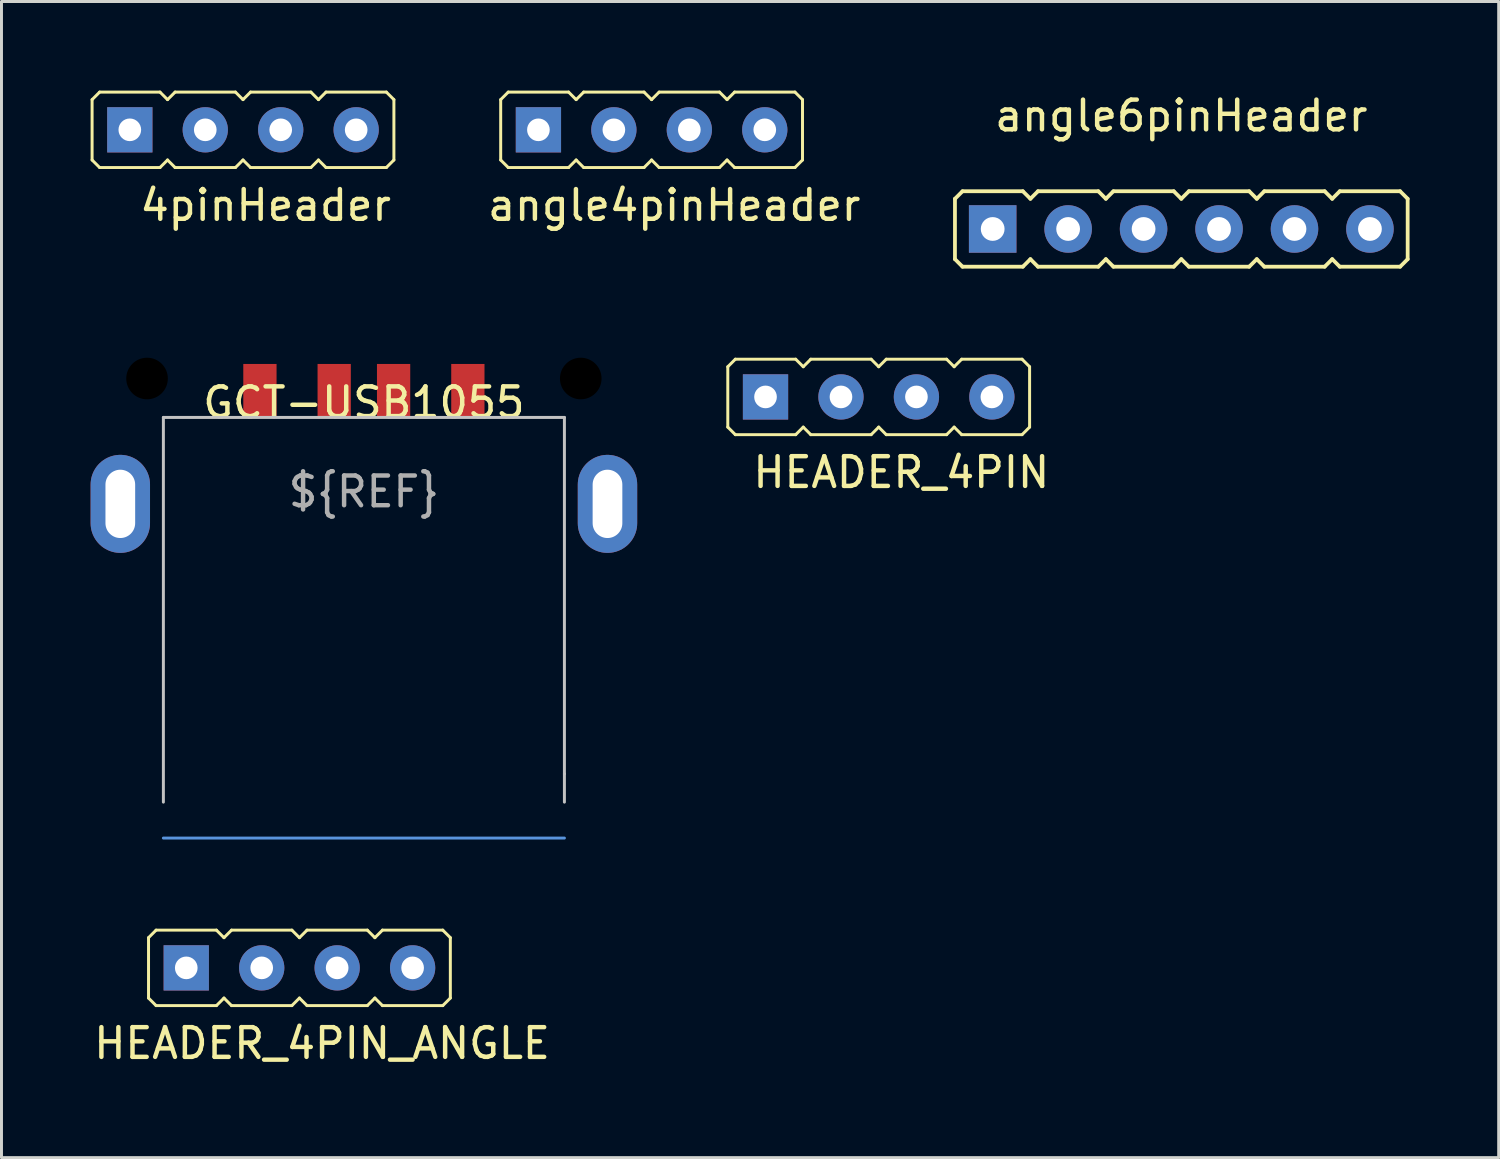
<source format=kicad_pcb>
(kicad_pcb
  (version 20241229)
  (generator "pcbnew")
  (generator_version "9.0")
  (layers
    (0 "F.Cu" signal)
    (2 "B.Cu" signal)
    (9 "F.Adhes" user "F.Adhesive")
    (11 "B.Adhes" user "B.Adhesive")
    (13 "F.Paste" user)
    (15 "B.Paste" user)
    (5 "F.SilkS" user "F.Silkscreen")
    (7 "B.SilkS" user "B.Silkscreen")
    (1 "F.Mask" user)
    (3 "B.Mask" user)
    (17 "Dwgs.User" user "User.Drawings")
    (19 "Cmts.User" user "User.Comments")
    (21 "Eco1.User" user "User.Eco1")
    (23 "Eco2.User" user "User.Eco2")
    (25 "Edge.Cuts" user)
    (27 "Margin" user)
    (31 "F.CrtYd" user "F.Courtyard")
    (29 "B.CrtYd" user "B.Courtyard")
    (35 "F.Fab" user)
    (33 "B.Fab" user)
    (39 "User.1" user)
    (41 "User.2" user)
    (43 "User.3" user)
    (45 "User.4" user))
  (footprint "angle6pinHeader"
    (layer "F.Cu")
    (at 36.717 4.658)
    (property "Reference" "angle6pinHeader" (at 0 -3.81 0) (layer "F.SilkS") (effects (font (size 1 1) (thickness 0.15))))
    (attr through_hole)
    (fp_line (start -7.62 1.016) (end -7.62 -1.016) (stroke (width 0.127) (type solid)) (layer "F.SilkS"))
    (fp_line (start -7.366 -1.27) (end -7.62 -1.016) (stroke (width 0.127) (type solid)) (layer "F.SilkS"))
    (fp_line (start -7.366 -1.27) (end -5.334 -1.27) (stroke (width 0.127) (type solid)) (layer "F.SilkS"))
    (fp_line (start -7.366 1.27) (end -7.62 1.016) (stroke (width 0.127) (type solid)) (layer "F.SilkS"))
    (fp_line (start -5.334 -1.27) (end -5.08 -1.016) (stroke (width 0.127) (type solid)) (layer "F.SilkS"))
    (fp_line (start -5.334 1.27) (end -7.366 1.27) (stroke (width 0.127) (type solid)) (layer "F.SilkS"))
    (fp_line (start -5.08 -1.016) (end -4.826 -1.27) (stroke (width 0.127) (type solid)) (layer "F.SilkS"))
    (fp_line (start -5.08 1.016) (end -5.334 1.27) (stroke (width 0.127) (type solid)) (layer "F.SilkS"))
    (fp_line (start -4.826 -1.27) (end -2.794 -1.27) (stroke (width 0.127) (type solid)) (layer "F.SilkS"))
    (fp_line (start -4.826 1.27) (end -5.08 1.016) (stroke (width 0.127) (type solid)) (layer "F.SilkS"))
    (fp_line (start -2.794 -1.27) (end -2.54 -1.016) (stroke (width 0.127) (type solid)) (layer "F.SilkS"))
    (fp_line (start -2.794 1.27) (end -4.826 1.27) (stroke (width 0.127) (type solid)) (layer "F.SilkS"))
    (fp_line (start -2.54 -1.016) (end -2.286 -1.27) (stroke (width 0.127) (type solid)) (layer "F.SilkS"))
    (fp_line (start -2.54 1.016) (end -2.794 1.27) (stroke (width 0.127) (type solid)) (layer "F.SilkS"))
    (fp_line (start -2.286 -1.27) (end -0.254 -1.27) (stroke (width 0.127) (type solid)) (layer "F.SilkS"))
    (fp_line (start -2.286 1.27) (end -2.54 1.016) (stroke (width 0.127) (type solid)) (layer "F.SilkS"))
    (fp_line (start -0.254 -1.27) (end 0 -1.016) (stroke (width 0.127) (type solid)) (layer "F.SilkS"))
    (fp_line (start -0.254 1.27) (end -2.286 1.27) (stroke (width 0.127) (type solid)) (layer "F.SilkS"))
    (fp_line (start 0 -1.016) (end 0.254 -1.27) (stroke (width 0.127) (type solid)) (layer "F.SilkS"))
    (fp_line (start 0 1.016) (end -0.254 1.27) (stroke (width 0.127) (type solid)) (layer "F.SilkS"))
    (fp_line (start 0.254 -1.27) (end 2.286 -1.27) (stroke (width 0.127) (type solid)) (layer "F.SilkS"))
    (fp_line (start 0.254 1.27) (end 0 1.016) (stroke (width 0.127) (type solid)) (layer "F.SilkS"))
    (fp_line (start 2.286 -1.27) (end 2.54 -1.016) (stroke (width 0.127) (type solid)) (layer "F.SilkS"))
    (fp_line (start 2.286 1.27) (end 0.254 1.27) (stroke (width 0.127) (type solid)) (layer "F.SilkS"))
    (fp_line (start 2.54 -1.016) (end 2.794 -1.27) (stroke (width 0.127) (type solid)) (layer "F.SilkS"))
    (fp_line (start 2.54 1.016) (end 2.286 1.27) (stroke (width 0.127) (type solid)) (layer "F.SilkS"))
    (fp_line (start 2.794 -1.27) (end 4.826 -1.27) (stroke (width 0.127) (type solid)) (layer "F.SilkS"))
    (fp_line (start 2.794 1.27) (end 2.54 1.016) (stroke (width 0.127) (type solid)) (layer "F.SilkS"))
    (fp_line (start 4.826 -1.27) (end 5.08 -1.016) (stroke (width 0.127) (type solid)) (layer "F.SilkS"))
    (fp_line (start 4.826 1.27) (end 2.794 1.27) (stroke (width 0.127) (type solid)) (layer "F.SilkS"))
    (fp_line (start 5.08 -1.016) (end 5.334 -1.27) (stroke (width 0.127) (type solid)) (layer "F.SilkS"))
    (fp_line (start 5.08 1.016) (end 4.826 1.27) (stroke (width 0.127) (type solid)) (layer "F.SilkS"))
    (fp_line (start 5.334 -1.27) (end 7.366 -1.27) (stroke (width 0.127) (type solid)) (layer "F.SilkS"))
    (fp_line (start 5.334 1.27) (end 5.08 1.016) (stroke (width 0.127) (type solid)) (layer "F.SilkS"))
    (fp_line (start 7.366 -1.27) (end 7.62 -1.016) (stroke (width 0.127) (type solid)) (layer "F.SilkS"))
    (fp_line (start 7.366 1.27) (end 5.334 1.27) (stroke (width 0.127) (type solid)) (layer "F.SilkS"))
    (fp_line (start 7.366 1.27) (end 7.62 1.016) (stroke (width 0.127) (type solid)) (layer "F.SilkS"))
    (fp_line (start 7.62 -1.016) (end 7.62 1.016) (stroke (width 0.127) (type solid)) (layer "F.SilkS"))
    (pad "1" thru_hole rect (at -6.35 0) (size 1.6 1.6) (drill 0.8) (layers "*.Cu" "*.Mask"))
    (pad "2" thru_hole circle (at -3.81 0) (size 1.6 1.6) (drill 0.8) (layers "*.Cu" "*.Mask"))
    (pad "3" thru_hole circle (at -1.27 0) (size 1.6 1.6) (drill 0.8) (layers "*.Cu" "*.Mask"))
    (pad "4" thru_hole circle (at 1.27 0) (size 1.6 1.6) (drill 0.8) (layers "*.Cu" "*.Mask"))
    (pad "5" thru_hole circle (at 3.81 0) (size 1.6 1.6) (drill 0.8) (layers "*.Cu" "*.Mask"))
    (pad "6" thru_hole circle (at 6.35 0) (size 1.6 1.6) (drill 0.8) (layers "*.Cu" "*.Mask")))
  (footprint "GCT-USB1055"
    (layer "F.Cu")
    (at 9.2 11.002)
    (property "Reference" "GCT-USB1055" (at 0 -0.5 0) (unlocked yes) (layer "F.SilkS") (effects (font (size 1 1) (thickness 0.15))))
    (fp_line (start -6.75 0) (end -6.75 12.95) (stroke (width 0.1) (type solid)) (layer "Dwgs.User"))
    (fp_line (start 6.75 0) (end -6.75 0) (stroke (width 0.1) (type solid)) (layer "Dwgs.User"))
    (fp_line (start 6.75 0) (end 6.75 12.95) (stroke (width 0.1) (type solid)) (layer "Dwgs.User"))
    (fp_line (start 6.75 12) (end 6.75 12) (stroke (width 0.1) (type solid)) (layer "Dwgs.User"))
    (fp_line (start 6.75 14.16) (end -6.75 14.16) (stroke (width 0.1) (type solid)) (layer "Cmts.User"))
    (fp_text user "${REF}" (at 0 2.5 0) (unlocked yes) (layer "F.Fab") (effects (font (size 1 1) (thickness 0.15))))
    (pad "" np_thru_hole circle (at -7.3 -1.31) (size 1.4 1.4) (drill 1.4) (layers "*.Mask"))
    (pad "" np_thru_hole circle (at 7.3 -1.31) (size 1.4 1.4) (drill 1.4) (layers "*.Mask"))
    (pad "1" smd rect (at -3.5 -0.9) (size 1.12 1.8) (layers "F.Cu" "F.Mask" "F.Paste"))
    (pad "2" smd rect (at -1 -0.9) (size 1.12 1.8) (layers "F.Cu" "F.Mask" "F.Paste"))
    (pad "3" smd rect (at 1 -0.9) (size 1.12 1.8) (layers "F.Cu" "F.Mask" "F.Paste"))
    (pad "4" smd rect (at 3.5 -0.9) (size 1.12 1.8) (layers "F.Cu" "F.Mask" "F.Paste"))
    (pad "5" thru_hole oval (at -8.2 2.91) (size 2 3.3) (drill oval 1 2.3) (layers "*.Cu" "*.Mask"))
    (pad "5" thru_hole oval (at 8.2 2.91) (size 2 3.3) (drill oval 1 2.3) (layers "*.Cu" "*.Mask")))
  (footprint "4pinHeader"
    (layer "F.Cu")
    (at 1.32 1.32)
    (property "Reference" "4pinHeader" (at 4.572 2.54 0) (layer "F.SilkS") (effects (font (size 1 1) (thickness 0.15))))
    (attr through_hole)
    (fp_line (start -1.27 -1.016) (end -1.27 1.016) (stroke (width 0.1) (type solid)) (layer "F.SilkS"))
    (fp_line (start -1.27 -1.016) (end -1.016 -1.27) (stroke (width 0.1) (type solid)) (layer "F.SilkS"))
    (fp_line (start -1.016 -1.27) (end 1.016 -1.27) (stroke (width 0.1) (type solid)) (layer "F.SilkS"))
    (fp_line (start -1.016 1.27) (end -1.27 1.016) (stroke (width 0.1) (type solid)) (layer "F.SilkS"))
    (fp_line (start 1.016 -1.27) (end 1.27 -1.016) (stroke (width 0.1) (type solid)) (layer "F.SilkS"))
    (fp_line (start 1.016 1.27) (end -1.016 1.27) (stroke (width 0.1) (type solid)) (layer "F.SilkS"))
    (fp_line (start 1.27 -1.016) (end 1.524 -1.27) (stroke (width 0.1) (type solid)) (layer "F.SilkS"))
    (fp_line (start 1.27 1.016) (end 1.016 1.27) (stroke (width 0.1) (type solid)) (layer "F.SilkS"))
    (fp_line (start 1.524 -1.27) (end 3.556 -1.27) (stroke (width 0.1) (type solid)) (layer "F.SilkS"))
    (fp_line (start 1.524 1.27) (end 1.27 1.016) (stroke (width 0.1) (type solid)) (layer "F.SilkS"))
    (fp_line (start 3.556 -1.27) (end 3.81 -1.016) (stroke (width 0.1) (type solid)) (layer "F.SilkS"))
    (fp_line (start 3.556 1.27) (end 1.524 1.27) (stroke (width 0.1) (type solid)) (layer "F.SilkS"))
    (fp_line (start 3.81 -1.016) (end 4.064 -1.27) (stroke (width 0.1) (type solid)) (layer "F.SilkS"))
    (fp_line (start 3.81 1.016) (end 3.556 1.27) (stroke (width 0.1) (type solid)) (layer "F.SilkS"))
    (fp_line (start 4.064 -1.27) (end 6.096 -1.27) (stroke (width 0.1) (type solid)) (layer "F.SilkS"))
    (fp_line (start 4.064 1.27) (end 3.81 1.016) (stroke (width 0.1) (type solid)) (layer "F.SilkS"))
    (fp_line (start 6.096 -1.27) (end 6.35 -1.016) (stroke (width 0.1) (type solid)) (layer "F.SilkS"))
    (fp_line (start 6.096 1.27) (end 4.064 1.27) (stroke (width 0.1) (type solid)) (layer "F.SilkS"))
    (fp_line (start 6.35 -1.016) (end 6.604 -1.27) (stroke (width 0.1) (type solid)) (layer "F.SilkS"))
    (fp_line (start 6.35 1.016) (end 6.096 1.27) (stroke (width 0.1) (type solid)) (layer "F.SilkS"))
    (fp_line (start 6.604 -1.27) (end 8.636 -1.27) (stroke (width 0.1) (type solid)) (layer "F.SilkS"))
    (fp_line (start 6.604 1.27) (end 6.35 1.016) (stroke (width 0.1) (type solid)) (layer "F.SilkS"))
    (fp_line (start 8.636 -1.27) (end 8.89 -1.016) (stroke (width 0.1) (type solid)) (layer "F.SilkS"))
    (fp_line (start 8.636 1.27) (end 6.604 1.27) (stroke (width 0.1) (type solid)) (layer "F.SilkS"))
    (fp_line (start 8.89 -1.016) (end 8.89 1.016) (stroke (width 0.1) (type solid)) (layer "F.SilkS"))
    (fp_line (start 8.89 1.016) (end 8.636 1.27) (stroke (width 0.1) (type solid)) (layer "F.SilkS"))
    (pad "1" thru_hole rect (at 0 0) (size 1.524 1.524) (drill 0.762) (layers "*.Cu" "*.Mask"))
    (pad "2" thru_hole circle (at 2.54 0) (size 1.524 1.524) (drill 0.762) (layers "*.Cu" "*.Mask"))
    (pad "3" thru_hole circle (at 5.08 0) (size 1.524 1.524) (drill 0.762) (layers "*.Cu" "*.Mask"))
    (pad "4" thru_hole circle (at 7.62 0) (size 1.524 1.524) (drill 0.762) (layers "*.Cu" "*.Mask")))
  (footprint "angle4pinHeader"
    (layer "F.Cu")
    (at 15.075 1.32)
    (property "Reference" "angle4pinHeader" (at 4.572 2.54 0) (layer "F.SilkS") (effects (font (size 1 1) (thickness 0.15))))
    (attr through_hole)
    (fp_line (start -1.27 -1.016) (end -1.27 1.016) (stroke (width 0.1) (type solid)) (layer "F.SilkS"))
    (fp_line (start -1.27 -1.016) (end -1.016 -1.27) (stroke (width 0.1) (type solid)) (layer "F.SilkS"))
    (fp_line (start -1.016 -1.27) (end 1.016 -1.27) (stroke (width 0.1) (type solid)) (layer "F.SilkS"))
    (fp_line (start -1.016 1.27) (end -1.27 1.016) (stroke (width 0.1) (type solid)) (layer "F.SilkS"))
    (fp_line (start 1.016 -1.27) (end 1.27 -1.016) (stroke (width 0.1) (type solid)) (layer "F.SilkS"))
    (fp_line (start 1.016 1.27) (end -1.016 1.27) (stroke (width 0.1) (type solid)) (layer "F.SilkS"))
    (fp_line (start 1.27 -1.016) (end 1.524 -1.27) (stroke (width 0.1) (type solid)) (layer "F.SilkS"))
    (fp_line (start 1.27 1.016) (end 1.016 1.27) (stroke (width 0.1) (type solid)) (layer "F.SilkS"))
    (fp_line (start 1.524 -1.27) (end 3.556 -1.27) (stroke (width 0.1) (type solid)) (layer "F.SilkS"))
    (fp_line (start 1.524 1.27) (end 1.27 1.016) (stroke (width 0.1) (type solid)) (layer "F.SilkS"))
    (fp_line (start 3.556 -1.27) (end 3.81 -1.016) (stroke (width 0.1) (type solid)) (layer "F.SilkS"))
    (fp_line (start 3.556 1.27) (end 1.524 1.27) (stroke (width 0.1) (type solid)) (layer "F.SilkS"))
    (fp_line (start 3.81 -1.016) (end 4.064 -1.27) (stroke (width 0.1) (type solid)) (layer "F.SilkS"))
    (fp_line (start 3.81 1.016) (end 3.556 1.27) (stroke (width 0.1) (type solid)) (layer "F.SilkS"))
    (fp_line (start 4.064 -1.27) (end 6.096 -1.27) (stroke (width 0.1) (type solid)) (layer "F.SilkS"))
    (fp_line (start 4.064 1.27) (end 3.81 1.016) (stroke (width 0.1) (type solid)) (layer "F.SilkS"))
    (fp_line (start 6.096 -1.27) (end 6.35 -1.016) (stroke (width 0.1) (type solid)) (layer "F.SilkS"))
    (fp_line (start 6.096 1.27) (end 4.064 1.27) (stroke (width 0.1) (type solid)) (layer "F.SilkS"))
    (fp_line (start 6.35 -1.016) (end 6.604 -1.27) (stroke (width 0.1) (type solid)) (layer "F.SilkS"))
    (fp_line (start 6.35 1.016) (end 6.096 1.27) (stroke (width 0.1) (type solid)) (layer "F.SilkS"))
    (fp_line (start 6.604 -1.27) (end 8.636 -1.27) (stroke (width 0.1) (type solid)) (layer "F.SilkS"))
    (fp_line (start 6.604 1.27) (end 6.35 1.016) (stroke (width 0.1) (type solid)) (layer "F.SilkS"))
    (fp_line (start 8.636 -1.27) (end 8.89 -1.016) (stroke (width 0.1) (type solid)) (layer "F.SilkS"))
    (fp_line (start 8.636 1.27) (end 6.604 1.27) (stroke (width 0.1) (type solid)) (layer "F.SilkS"))
    (fp_line (start 8.89 -1.016) (end 8.89 1.016) (stroke (width 0.1) (type solid)) (layer "F.SilkS"))
    (fp_line (start 8.89 1.016) (end 8.636 1.27) (stroke (width 0.1) (type solid)) (layer "F.SilkS"))
    (pad "1" thru_hole rect (at 0 0) (size 1.524 1.524) (drill 0.762) (layers "*.Cu" "*.Mask"))
    (pad "2" thru_hole circle (at 2.54 0) (size 1.524 1.524) (drill 0.762) (layers "*.Cu" "*.Mask"))
    (pad "3" thru_hole circle (at 5.08 0) (size 1.524 1.524) (drill 0.762) (layers "*.Cu" "*.Mask"))
    (pad "4" thru_hole circle (at 7.62 0) (size 1.524 1.524) (drill 0.762) (layers "*.Cu" "*.Mask")))
  (footprint "HEADER_4PIN"
    (layer "F.Cu")
    (at 22.72 10.312)
    (property "Reference" "HEADER_4PIN" (at 4.572 2.54 0) (layer "F.SilkS") (effects (font (size 1 1) (thickness 0.15))))
    (attr through_hole)
    (fp_line (start -1.27 -1.016) (end -1.27 1.016) (stroke (width 0.1) (type solid)) (layer "F.SilkS"))
    (fp_line (start -1.27 -1.016) (end -1.016 -1.27) (stroke (width 0.1) (type solid)) (layer "F.SilkS"))
    (fp_line (start -1.016 -1.27) (end 1.016 -1.27) (stroke (width 0.1) (type solid)) (layer "F.SilkS"))
    (fp_line (start -1.016 1.27) (end -1.27 1.016) (stroke (width 0.1) (type solid)) (layer "F.SilkS"))
    (fp_line (start 1.016 -1.27) (end 1.27 -1.016) (stroke (width 0.1) (type solid)) (layer "F.SilkS"))
    (fp_line (start 1.016 1.27) (end -1.016 1.27) (stroke (width 0.1) (type solid)) (layer "F.SilkS"))
    (fp_line (start 1.27 -1.016) (end 1.524 -1.27) (stroke (width 0.1) (type solid)) (layer "F.SilkS"))
    (fp_line (start 1.27 1.016) (end 1.016 1.27) (stroke (width 0.1) (type solid)) (layer "F.SilkS"))
    (fp_line (start 1.524 -1.27) (end 3.556 -1.27) (stroke (width 0.1) (type solid)) (layer "F.SilkS"))
    (fp_line (start 1.524 1.27) (end 1.27 1.016) (stroke (width 0.1) (type solid)) (layer "F.SilkS"))
    (fp_line (start 3.556 -1.27) (end 3.81 -1.016) (stroke (width 0.1) (type solid)) (layer "F.SilkS"))
    (fp_line (start 3.556 1.27) (end 1.524 1.27) (stroke (width 0.1) (type solid)) (layer "F.SilkS"))
    (fp_line (start 3.81 -1.016) (end 4.064 -1.27) (stroke (width 0.1) (type solid)) (layer "F.SilkS"))
    (fp_line (start 3.81 1.016) (end 3.556 1.27) (stroke (width 0.1) (type solid)) (layer "F.SilkS"))
    (fp_line (start 4.064 -1.27) (end 6.096 -1.27) (stroke (width 0.1) (type solid)) (layer "F.SilkS"))
    (fp_line (start 4.064 1.27) (end 3.81 1.016) (stroke (width 0.1) (type solid)) (layer "F.SilkS"))
    (fp_line (start 6.096 -1.27) (end 6.35 -1.016) (stroke (width 0.1) (type solid)) (layer "F.SilkS"))
    (fp_line (start 6.096 1.27) (end 4.064 1.27) (stroke (width 0.1) (type solid)) (layer "F.SilkS"))
    (fp_line (start 6.35 -1.016) (end 6.604 -1.27) (stroke (width 0.1) (type solid)) (layer "F.SilkS"))
    (fp_line (start 6.35 1.016) (end 6.096 1.27) (stroke (width 0.1) (type solid)) (layer "F.SilkS"))
    (fp_line (start 6.604 -1.27) (end 8.636 -1.27) (stroke (width 0.1) (type solid)) (layer "F.SilkS"))
    (fp_line (start 6.604 1.27) (end 6.35 1.016) (stroke (width 0.1) (type solid)) (layer "F.SilkS"))
    (fp_line (start 8.636 -1.27) (end 8.89 -1.016) (stroke (width 0.1) (type solid)) (layer "F.SilkS"))
    (fp_line (start 8.636 1.27) (end 6.604 1.27) (stroke (width 0.1) (type solid)) (layer "F.SilkS"))
    (fp_line (start 8.89 -1.016) (end 8.89 1.016) (stroke (width 0.1) (type solid)) (layer "F.SilkS"))
    (fp_line (start 8.89 1.016) (end 8.636 1.27) (stroke (width 0.1) (type solid)) (layer "F.SilkS"))
    (pad "1" thru_hole rect (at 0 0) (size 1.524 1.524) (drill 0.762) (layers "*.Cu" "*.Mask"))
    (pad "2" thru_hole circle (at 2.54 0) (size 1.524 1.524) (drill 0.762) (layers "*.Cu" "*.Mask"))
    (pad "3" thru_hole circle (at 5.08 0) (size 1.524 1.524) (drill 0.762) (layers "*.Cu" "*.Mask"))
    (pad "4" thru_hole circle (at 7.62 0) (size 1.524 1.524) (drill 0.762) (layers "*.Cu" "*.Mask")))
  (footprint "HEADER_4PIN_ANGLE"
    (layer "F.Cu")
    (at 3.22 29.532)
    (property "Reference" "HEADER_4PIN_ANGLE" (at 4.572 2.54 0) (layer "F.SilkS") (effects (font (size 1 1) (thickness 0.15))))
    (attr through_hole)
    (fp_line (start -1.27 -1.016) (end -1.27 1.016) (stroke (width 0.1) (type solid)) (layer "F.SilkS"))
    (fp_line (start -1.27 -1.016) (end -1.016 -1.27) (stroke (width 0.1) (type solid)) (layer "F.SilkS"))
    (fp_line (start -1.016 -1.27) (end 1.016 -1.27) (stroke (width 0.1) (type solid)) (layer "F.SilkS"))
    (fp_line (start -1.016 1.27) (end -1.27 1.016) (stroke (width 0.1) (type solid)) (layer "F.SilkS"))
    (fp_line (start 1.016 -1.27) (end 1.27 -1.016) (stroke (width 0.1) (type solid)) (layer "F.SilkS"))
    (fp_line (start 1.016 1.27) (end -1.016 1.27) (stroke (width 0.1) (type solid)) (layer "F.SilkS"))
    (fp_line (start 1.27 -1.016) (end 1.524 -1.27) (stroke (width 0.1) (type solid)) (layer "F.SilkS"))
    (fp_line (start 1.27 1.016) (end 1.016 1.27) (stroke (width 0.1) (type solid)) (layer "F.SilkS"))
    (fp_line (start 1.524 -1.27) (end 3.556 -1.27) (stroke (width 0.1) (type solid)) (layer "F.SilkS"))
    (fp_line (start 1.524 1.27) (end 1.27 1.016) (stroke (width 0.1) (type solid)) (layer "F.SilkS"))
    (fp_line (start 3.556 -1.27) (end 3.81 -1.016) (stroke (width 0.1) (type solid)) (layer "F.SilkS"))
    (fp_line (start 3.556 1.27) (end 1.524 1.27) (stroke (width 0.1) (type solid)) (layer "F.SilkS"))
    (fp_line (start 3.81 -1.016) (end 4.064 -1.27) (stroke (width 0.1) (type solid)) (layer "F.SilkS"))
    (fp_line (start 3.81 1.016) (end 3.556 1.27) (stroke (width 0.1) (type solid)) (layer "F.SilkS"))
    (fp_line (start 4.064 -1.27) (end 6.096 -1.27) (stroke (width 0.1) (type solid)) (layer "F.SilkS"))
    (fp_line (start 4.064 1.27) (end 3.81 1.016) (stroke (width 0.1) (type solid)) (layer "F.SilkS"))
    (fp_line (start 6.096 -1.27) (end 6.35 -1.016) (stroke (width 0.1) (type solid)) (layer "F.SilkS"))
    (fp_line (start 6.096 1.27) (end 4.064 1.27) (stroke (width 0.1) (type solid)) (layer "F.SilkS"))
    (fp_line (start 6.35 -1.016) (end 6.604 -1.27) (stroke (width 0.1) (type solid)) (layer "F.SilkS"))
    (fp_line (start 6.35 1.016) (end 6.096 1.27) (stroke (width 0.1) (type solid)) (layer "F.SilkS"))
    (fp_line (start 6.604 -1.27) (end 8.636 -1.27) (stroke (width 0.1) (type solid)) (layer "F.SilkS"))
    (fp_line (start 6.604 1.27) (end 6.35 1.016) (stroke (width 0.1) (type solid)) (layer "F.SilkS"))
    (fp_line (start 8.636 -1.27) (end 8.89 -1.016) (stroke (width 0.1) (type solid)) (layer "F.SilkS"))
    (fp_line (start 8.636 1.27) (end 6.604 1.27) (stroke (width 0.1) (type solid)) (layer "F.SilkS"))
    (fp_line (start 8.89 -1.016) (end 8.89 1.016) (stroke (width 0.1) (type solid)) (layer "F.SilkS"))
    (fp_line (start 8.89 1.016) (end 8.636 1.27) (stroke (width 0.1) (type solid)) (layer "F.SilkS"))
    (pad "1" thru_hole rect (at 0 0) (size 1.524 1.524) (drill 0.762) (layers "*.Cu" "*.Mask"))
    (pad "2" thru_hole circle (at 2.54 0) (size 1.524 1.524) (drill 0.762) (layers "*.Cu" "*.Mask"))
    (pad "3" thru_hole circle (at 5.08 0) (size 1.524 1.524) (drill 0.762) (layers "*.Cu" "*.Mask"))
    (pad "4" thru_hole circle (at 7.62 0) (size 1.524 1.524) (drill 0.762) (layers "*.Cu" "*.Mask")))
  (gr_rect
    (start -3 -3)
    (end 47.401 35.92)
    (stroke (width 0.1) (type default))
    (fill no)
    (layer "Edge.Cuts")))
</source>
